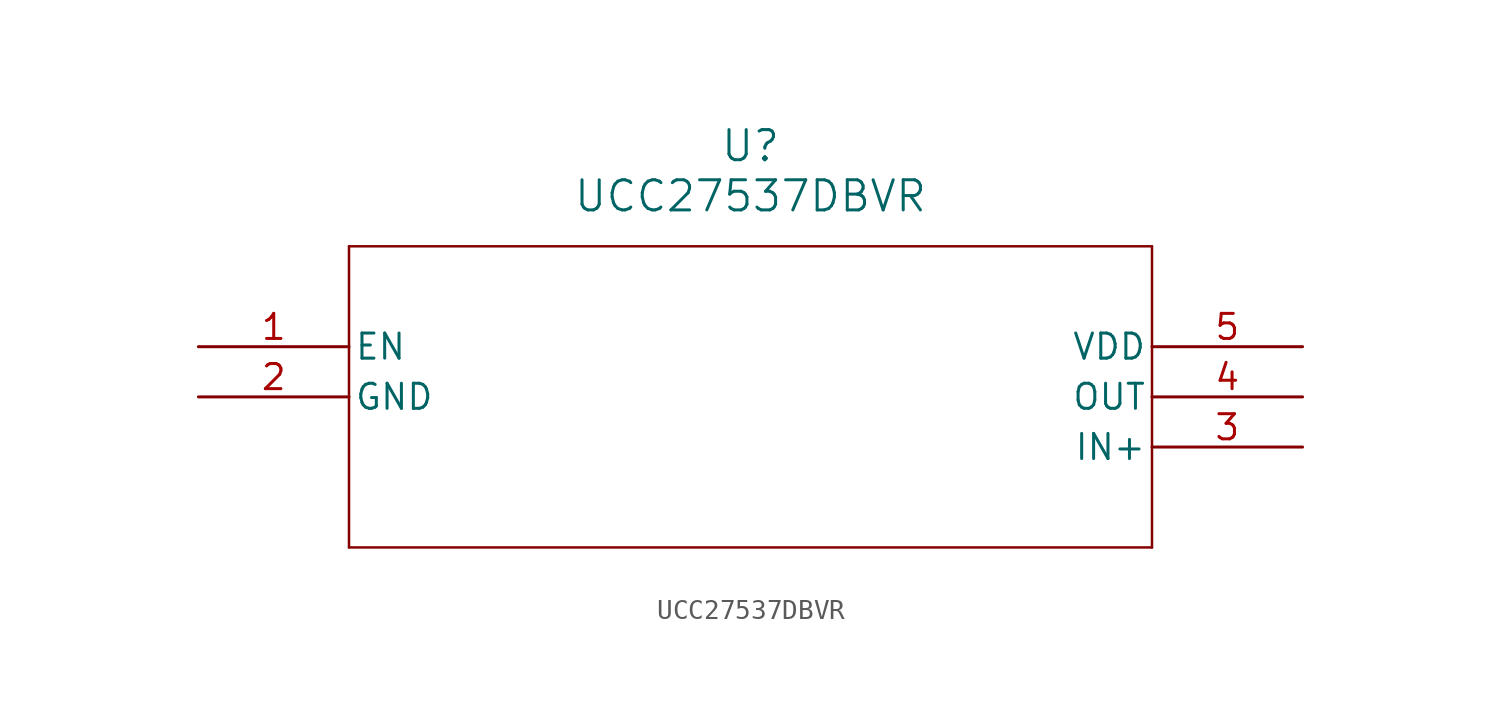
<source format=kicad_sym>
(kicad_symbol_lib
  (version 20211014)
  (generator kicad_symbol_editor)
  (symbol "UCC27537DBVR"
    (pin_names
      (offset 0.254))
    (property "Reference" "U"
      (at 27.94 10.16 0)
      (effects (font (size 1.524 1.524))))
    (property "Value" "UCC27537DBVR"
      (at 27.94 7.62 0)
      (effects (font (size 1.524 1.524))))
    (symbol "UCC27537DBVR_0_1"
      (polyline (pts (xy 7.62 5.08) (xy 7.62 -10.16)) (stroke (width 0.127) (type default) (color 0 0 0 0)) (fill (type none)))
      (polyline (pts (xy 7.62 -10.16) (xy 48.26 -10.16)) (stroke (width 0.127) (type default) (color 0 0 0 0)) (fill (type none)))
      (polyline (pts (xy 48.26 -10.16) (xy 48.26 5.08)) (stroke (width 0.127) (type default) (color 0 0 0 0)) (fill (type none)))
      (polyline (pts (xy 48.26 5.08) (xy 7.62 5.08)) (stroke (width 0.127) (type default) (color 0 0 0 0)) (fill (type none)))
      (pin input line (at 0 0 0) (length 7.62) (name "EN" (effects (font (size 1.27 1.27)))) (number "1" (effects (font (size 1.27 1.27)))))
      (pin power_in line (at 0 -2.54 0) (length 7.62) (name "GND" (effects (font (size 1.27 1.27)))) (number "2" (effects (font (size 1.27 1.27)))))
      (pin input line (at 55.88 -5.08 180) (length 7.62) (name "IN+" (effects (font (size 1.27 1.27)))) (number "3" (effects (font (size 1.27 1.27)))))
      (pin output line (at 55.88 -2.54 180) (length 7.62) (name "OUT" (effects (font (size 1.27 1.27)))) (number "4" (effects (font (size 1.27 1.27)))))
      (pin power_in line (at 55.88 0 180) (length 7.62) (name "VDD" (effects (font (size 1.27 1.27)))) (number "5" (effects (font (size 1.27 1.27))))))))
</source>
